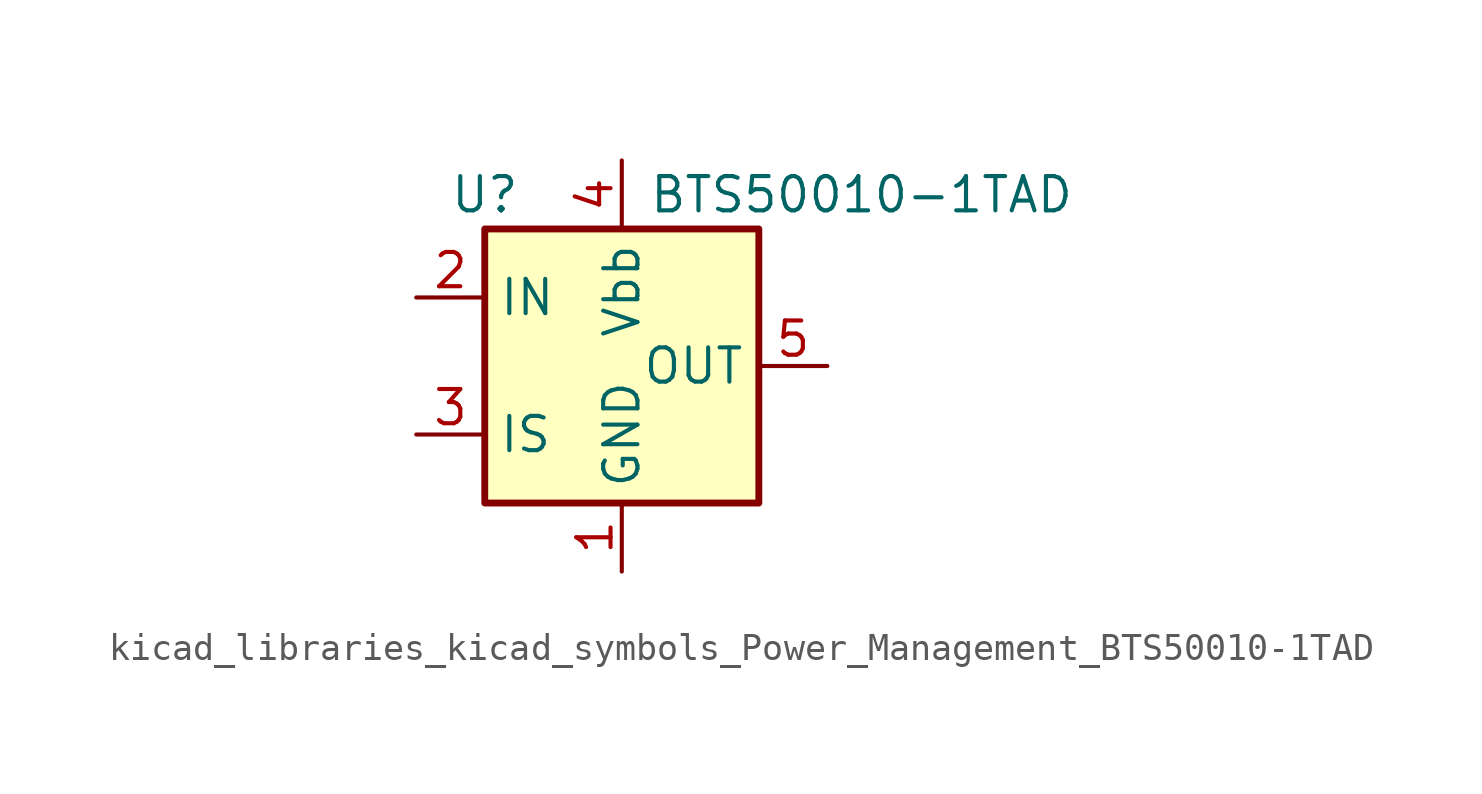
<source format=kicad_sym>
(kicad_symbol_lib
  (version 20220914)
  (generator kicad_symbol_editor)
  (symbol "kicad_libraries_kicad_symbols_Power_Management_BTS50010-1TAD"
    (property "Reference" "U"
      (at -5.08 6.35 0)
      (effects (font (size 1.27 1.27))))
    (property "Value" "BTS50010-1TAD"
      (at 8.89 6.35 0)
      (effects (font (size 1.27 1.27))))
    (symbol "kicad_libraries_kicad_symbols_Power_Management_BTS50010-1TAD_0_1"
      (rectangle (start -5.08 5.08) (end 5.08 -5.08) (stroke (width 0.254) (type default)) (fill (type background))))
    (symbol "kicad_libraries_kicad_symbols_Power_Management_BTS50010-1TAD_1_1"
      (pin power_in line (at 0 -7.62 90) (length 2.54) (name "GND" (effects (font (size 1.27 1.27)))) (number "1" (effects (font (size 1.27 1.27)))))
      (pin input line (at -7.62 2.54 0) (length 2.54) (name "IN" (effects (font (size 1.27 1.27)))) (number "2" (effects (font (size 1.27 1.27)))))
      (pin output line (at -7.62 -2.54 0) (length 2.54) (name "IS" (effects (font (size 1.27 1.27)))) (number "3" (effects (font (size 1.27 1.27)))))
      (pin power_in line (at 0 7.62 270) (length 2.54) (name "Vbb" (effects (font (size 1.27 1.27)))) (number "4" (effects (font (size 1.27 1.27)))))
      (pin passive line (at 7.62 0 180) (length 2.54) (name "OUT" (effects (font (size 1.27 1.27)))) (number "5" (effects (font (size 1.27 1.27)))))
      (pin passive line (at 7.62 0 180) (length 2.54) hide (name "OUT" (effects (font (size 1.27 1.27)))) (number "6" (effects (font (size 1.27 1.27)))))
      (pin passive line (at 7.62 0 180) (length 2.54) hide (name "OUT" (effects (font (size 1.27 1.27)))) (number "7" (effects (font (size 1.27 1.27))))))))
</source>
